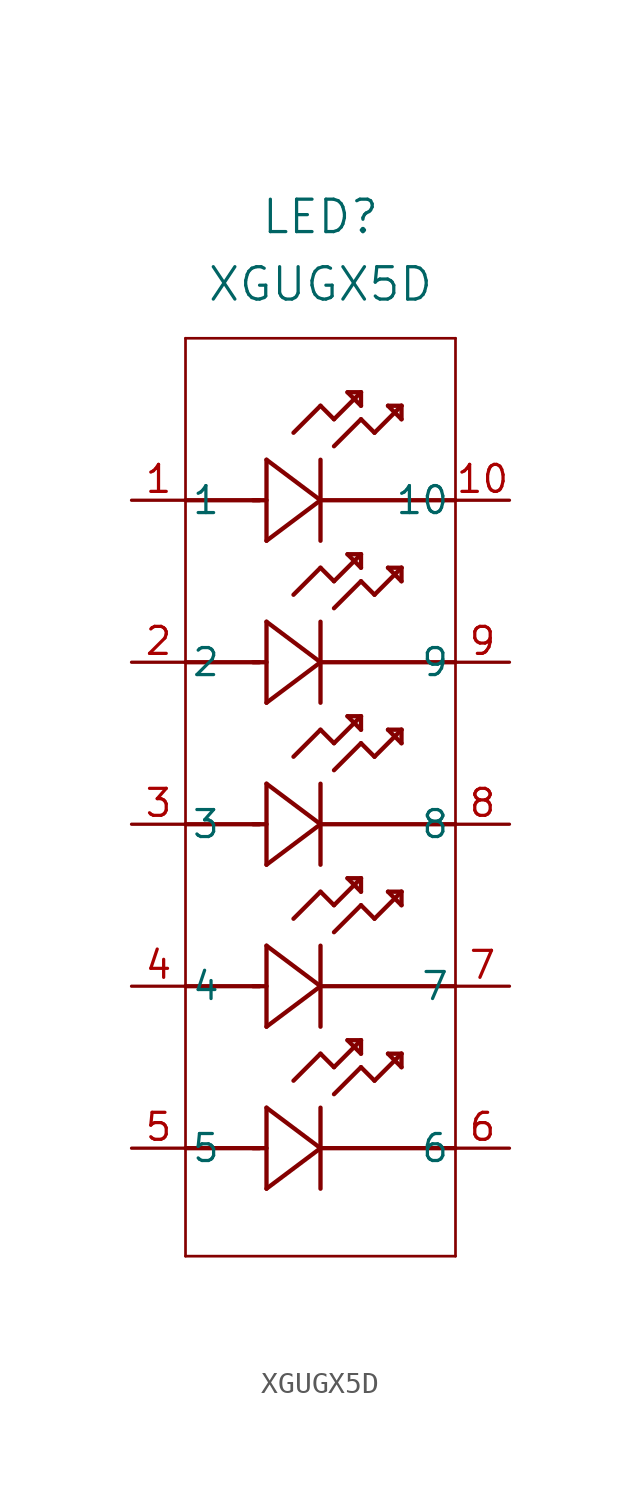
<source format=kicad_sym>
(kicad_symbol_lib
  (version 20211014)
  (generator kicad_symbol_editor)
  (symbol "XGUGX5D"
    (pin_names
      (offset 0.254))
    (property "Reference" "LED"
      (at 8.89 13.335 0)
      (effects (font (size 1.524 1.524))))
    (property "Value" "XGUGX5D"
      (at 8.89 10.16 0)
      (effects (font (size 1.524 1.524))))
    (symbol "XGUGX5D_0_1"
      (polyline (pts (xy 2.54 0) (xy 6.02 0)) (stroke (width 0.203) (type default) (color 0 0 0 0)) (fill (type none)))
      (polyline (pts (xy 6.35 1.905) (xy 6.35 -1.905)) (stroke (width 0.203) (type default) (color 0 0 0 0)) (fill (type none)))
      (polyline (pts (xy 5.715 0) (xy 6.35 0)) (stroke (width 0.203) (type default) (color 0 0 0 0)) (fill (type none)))
      (polyline (pts (xy 8.89 -1.905) (xy 8.89 1.905)) (stroke (width 0.203) (type default) (color 0 0 0 0)) (fill (type none)))
      (polyline (pts (xy 8.89 0) (xy 15.24 0)) (stroke (width 0.203) (type default) (color 0 0 0 0)) (fill (type none)))
      (polyline (pts (xy 8.89 4.445) (xy 9.525 3.81)) (stroke (width 0.203) (type default) (color 0 0 0 0)) (fill (type none)))
      (polyline (pts (xy 9.525 3.81) (xy 10.795 5.08)) (stroke (width 0.203) (type default) (color 0 0 0 0)) (fill (type none)))
      (polyline (pts (xy 10.795 3.81) (xy 11.43 3.175)) (stroke (width 0.203) (type default) (color 0 0 0 0)) (fill (type none)))
      (polyline (pts (xy 11.43 3.175) (xy 12.7 4.445)) (stroke (width 0.203) (type default) (color 0 0 0 0)) (fill (type none)))
      (polyline (pts (xy 10.795 5.08) (xy 10.16 5.08)) (stroke (width 0.203) (type default) (color 0 0 0 0)) (fill (type none)))
      (polyline (pts (xy 10.16 5.08) (xy 10.795 4.445)) (stroke (width 0.203) (type default) (color 0 0 0 0)) (fill (type none)))
      (polyline (pts (xy 10.795 4.445) (xy 10.795 5.08)) (stroke (width 0.203) (type default) (color 0 0 0 0)) (fill (type none)))
      (polyline (pts (xy 12.7 4.445) (xy 12.065 4.445)) (stroke (width 0.203) (type default) (color 0 0 0 0)) (fill (type none)))
      (polyline (pts (xy 12.065 4.445) (xy 12.7 3.81)) (stroke (width 0.203) (type default) (color 0 0 0 0)) (fill (type none)))
      (polyline (pts (xy 12.7 3.81) (xy 12.7 4.445)) (stroke (width 0.203) (type default) (color 0 0 0 0)) (fill (type none)))
      (polyline (pts (xy 9.525 2.54) (xy 10.795 3.81)) (stroke (width 0.203) (type default) (color 0 0 0 0)) (fill (type none)))
      (polyline (pts (xy 8.89 0) (xy 6.35 1.905)) (stroke (width 0.203) (type default) (color 0 0 0 0)) (fill (type none)))
      (polyline (pts (xy 6.35 -1.905) (xy 8.89 0)) (stroke (width 0.203) (type default) (color 0 0 0 0)) (fill (type none)))
      (polyline (pts (xy 7.62 3.175) (xy 8.89 4.445)) (stroke (width 0.203) (type default) (color 0 0 0 0)) (fill (type none)))
      (polyline (pts (xy 2.54 -15.24) (xy 6.02 -15.24)) (stroke (width 0.203) (type default) (color 0 0 0 0)) (fill (type none)))
      (polyline (pts (xy 6.35 -5.715) (xy 6.35 -9.525)) (stroke (width 0.203) (type default) (color 0 0 0 0)) (fill (type none)))
      (polyline (pts (xy 5.715 -7.62) (xy 6.35 -7.62)) (stroke (width 0.203) (type default) (color 0 0 0 0)) (fill (type none)))
      (polyline (pts (xy 8.89 -9.525) (xy 8.89 -5.715)) (stroke (width 0.203) (type default) (color 0 0 0 0)) (fill (type none)))
      (polyline (pts (xy 8.89 -7.62) (xy 15.24 -7.62)) (stroke (width 0.203) (type default) (color 0 0 0 0)) (fill (type none)))
      (polyline (pts (xy 8.89 -3.175) (xy 9.525 -3.81)) (stroke (width 0.203) (type default) (color 0 0 0 0)) (fill (type none)))
      (polyline (pts (xy 9.525 -3.81) (xy 10.795 -2.54)) (stroke (width 0.203) (type default) (color 0 0 0 0)) (fill (type none)))
      (polyline (pts (xy 10.795 -3.81) (xy 11.43 -4.445)) (stroke (width 0.203) (type default) (color 0 0 0 0)) (fill (type none)))
      (polyline (pts (xy 11.43 -4.445) (xy 12.7 -3.175)) (stroke (width 0.203) (type default) (color 0 0 0 0)) (fill (type none)))
      (polyline (pts (xy 10.795 -2.54) (xy 10.16 -2.54)) (stroke (width 0.203) (type default) (color 0 0 0 0)) (fill (type none)))
      (polyline (pts (xy 10.16 -2.54) (xy 10.795 -3.175)) (stroke (width 0.203) (type default) (color 0 0 0 0)) (fill (type none)))
      (polyline (pts (xy 10.795 -3.175) (xy 10.795 -2.54)) (stroke (width 0.203) (type default) (color 0 0 0 0)) (fill (type none)))
      (polyline (pts (xy 12.7 -3.175) (xy 12.065 -3.175)) (stroke (width 0.203) (type default) (color 0 0 0 0)) (fill (type none)))
      (polyline (pts (xy 12.065 -3.175) (xy 12.7 -3.81)) (stroke (width 0.203) (type default) (color 0 0 0 0)) (fill (type none)))
      (polyline (pts (xy 12.7 -3.81) (xy 12.7 -3.175)) (stroke (width 0.203) (type default) (color 0 0 0 0)) (fill (type none)))
      (polyline (pts (xy 9.525 -5.08) (xy 10.795 -3.81)) (stroke (width 0.203) (type default) (color 0 0 0 0)) (fill (type none)))
      (polyline (pts (xy 8.89 -7.62) (xy 6.35 -5.715)) (stroke (width 0.203) (type default) (color 0 0 0 0)) (fill (type none)))
      (polyline (pts (xy 6.35 -9.525) (xy 8.89 -7.62)) (stroke (width 0.203) (type default) (color 0 0 0 0)) (fill (type none)))
      (polyline (pts (xy 7.62 -4.445) (xy 8.89 -3.175)) (stroke (width 0.203) (type default) (color 0 0 0 0)) (fill (type none)))
      (polyline (pts (xy 6.35 -13.335) (xy 6.35 -17.145)) (stroke (width 0.203) (type default) (color 0 0 0 0)) (fill (type none)))
      (polyline (pts (xy 5.715 -15.24) (xy 6.35 -15.24)) (stroke (width 0.203) (type default) (color 0 0 0 0)) (fill (type none)))
      (polyline (pts (xy 8.89 -17.145) (xy 8.89 -13.335)) (stroke (width 0.203) (type default) (color 0 0 0 0)) (fill (type none)))
      (polyline (pts (xy 8.89 -15.24) (xy 15.24 -15.24)) (stroke (width 0.203) (type default) (color 0 0 0 0)) (fill (type none)))
      (polyline (pts (xy 8.89 -10.795) (xy 9.525 -11.43)) (stroke (width 0.203) (type default) (color 0 0 0 0)) (fill (type none)))
      (polyline (pts (xy 9.525 -11.43) (xy 10.795 -10.16)) (stroke (width 0.203) (type default) (color 0 0 0 0)) (fill (type none)))
      (polyline (pts (xy 10.795 -11.43) (xy 11.43 -12.065)) (stroke (width 0.203) (type default) (color 0 0 0 0)) (fill (type none)))
      (polyline (pts (xy 11.43 -12.065) (xy 12.7 -10.795)) (stroke (width 0.203) (type default) (color 0 0 0 0)) (fill (type none)))
      (polyline (pts (xy 10.795 -10.16) (xy 10.16 -10.16)) (stroke (width 0.203) (type default) (color 0 0 0 0)) (fill (type none)))
      (polyline (pts (xy 10.16 -10.16) (xy 10.795 -10.795)) (stroke (width 0.203) (type default) (color 0 0 0 0)) (fill (type none)))
      (polyline (pts (xy 10.795 -10.795) (xy 10.795 -10.16)) (stroke (width 0.203) (type default) (color 0 0 0 0)) (fill (type none)))
      (polyline (pts (xy 12.7 -10.795) (xy 12.065 -10.795)) (stroke (width 0.203) (type default) (color 0 0 0 0)) (fill (type none)))
      (polyline (pts (xy 12.065 -10.795) (xy 12.7 -11.43)) (stroke (width 0.203) (type default) (color 0 0 0 0)) (fill (type none)))
      (polyline (pts (xy 12.7 -11.43) (xy 12.7 -10.795)) (stroke (width 0.203) (type default) (color 0 0 0 0)) (fill (type none)))
      (polyline (pts (xy 9.525 -12.7) (xy 10.795 -11.43)) (stroke (width 0.203) (type default) (color 0 0 0 0)) (fill (type none)))
      (polyline (pts (xy 8.89 -15.24) (xy 6.35 -13.335)) (stroke (width 0.203) (type default) (color 0 0 0 0)) (fill (type none)))
      (polyline (pts (xy 6.35 -17.145) (xy 8.89 -15.24)) (stroke (width 0.203) (type default) (color 0 0 0 0)) (fill (type none)))
      (polyline (pts (xy 7.62 -12.065) (xy 8.89 -10.795)) (stroke (width 0.203) (type default) (color 0 0 0 0)) (fill (type none)))
      (polyline (pts (xy 2.54 7.62) (xy 2.54 -35.56)) (stroke (width 0.127) (type default) (color 0 0 0 0)) (fill (type none)))
      (polyline (pts (xy 15.24 -35.56) (xy 15.24 7.62)) (stroke (width 0.127) (type default) (color 0 0 0 0)) (fill (type none)))
      (polyline (pts (xy 15.24 7.62) (xy 2.54 7.62)) (stroke (width 0.127) (type default) (color 0 0 0 0)) (fill (type none)))
      (polyline (pts (xy 2.54 -7.62) (xy 6.02 -7.62)) (stroke (width 0.203) (type default) (color 0 0 0 0)) (fill (type none)))
      (polyline (pts (xy 15.24 -35.56) (xy 2.54 -35.56)) (stroke (width 0.127) (type default) (color 0 0 0 0)) (fill (type none)))
      (polyline (pts (xy 2.54 -22.86) (xy 6.02 -22.86)) (stroke (width 0.203) (type default) (color 0 0 0 0)) (fill (type none)))
      (polyline (pts (xy 6.35 -20.955) (xy 6.35 -24.765)) (stroke (width 0.203) (type default) (color 0 0 0 0)) (fill (type none)))
      (polyline (pts (xy 5.715 -22.86) (xy 6.35 -22.86)) (stroke (width 0.203) (type default) (color 0 0 0 0)) (fill (type none)))
      (polyline (pts (xy 8.89 -24.765) (xy 8.89 -20.955)) (stroke (width 0.203) (type default) (color 0 0 0 0)) (fill (type none)))
      (polyline (pts (xy 8.89 -22.86) (xy 15.24 -22.86)) (stroke (width 0.203) (type default) (color 0 0 0 0)) (fill (type none)))
      (polyline (pts (xy 8.89 -18.415) (xy 9.525 -19.05)) (stroke (width 0.203) (type default) (color 0 0 0 0)) (fill (type none)))
      (polyline (pts (xy 9.525 -19.05) (xy 10.795 -17.78)) (stroke (width 0.203) (type default) (color 0 0 0 0)) (fill (type none)))
      (polyline (pts (xy 10.795 -19.05) (xy 11.43 -19.685)) (stroke (width 0.203) (type default) (color 0 0 0 0)) (fill (type none)))
      (polyline (pts (xy 11.43 -19.685) (xy 12.7 -18.415)) (stroke (width 0.203) (type default) (color 0 0 0 0)) (fill (type none)))
      (polyline (pts (xy 10.795 -17.78) (xy 10.16 -17.78)) (stroke (width 0.203) (type default) (color 0 0 0 0)) (fill (type none)))
      (polyline (pts (xy 10.16 -17.78) (xy 10.795 -18.415)) (stroke (width 0.203) (type default) (color 0 0 0 0)) (fill (type none)))
      (polyline (pts (xy 10.795 -18.415) (xy 10.795 -17.78)) (stroke (width 0.203) (type default) (color 0 0 0 0)) (fill (type none)))
      (polyline (pts (xy 12.7 -18.415) (xy 12.065 -18.415)) (stroke (width 0.203) (type default) (color 0 0 0 0)) (fill (type none)))
      (polyline (pts (xy 12.065 -18.415) (xy 12.7 -19.05)) (stroke (width 0.203) (type default) (color 0 0 0 0)) (fill (type none)))
      (polyline (pts (xy 12.7 -19.05) (xy 12.7 -18.415)) (stroke (width 0.203) (type default) (color 0 0 0 0)) (fill (type none)))
      (polyline (pts (xy 9.525 -20.32) (xy 10.795 -19.05)) (stroke (width 0.203) (type default) (color 0 0 0 0)) (fill (type none)))
      (polyline (pts (xy 8.89 -22.86) (xy 6.35 -20.955)) (stroke (width 0.203) (type default) (color 0 0 0 0)) (fill (type none)))
      (polyline (pts (xy 6.35 -24.765) (xy 8.89 -22.86)) (stroke (width 0.203) (type default) (color 0 0 0 0)) (fill (type none)))
      (polyline (pts (xy 7.62 -19.685) (xy 8.89 -18.415)) (stroke (width 0.203) (type default) (color 0 0 0 0)) (fill (type none)))
      (polyline (pts (xy 6.35 -28.575) (xy 6.35 -32.385)) (stroke (width 0.203) (type default) (color 0 0 0 0)) (fill (type none)))
      (polyline (pts (xy 5.715 -30.48) (xy 6.35 -30.48)) (stroke (width 0.203) (type default) (color 0 0 0 0)) (fill (type none)))
      (polyline (pts (xy 8.89 -32.385) (xy 8.89 -28.575)) (stroke (width 0.203) (type default) (color 0 0 0 0)) (fill (type none)))
      (polyline (pts (xy 8.89 -30.48) (xy 15.24 -30.48)) (stroke (width 0.203) (type default) (color 0 0 0 0)) (fill (type none)))
      (polyline (pts (xy 8.89 -26.035) (xy 9.525 -26.67)) (stroke (width 0.203) (type default) (color 0 0 0 0)) (fill (type none)))
      (polyline (pts (xy 9.525 -26.67) (xy 10.795 -25.4)) (stroke (width 0.203) (type default) (color 0 0 0 0)) (fill (type none)))
      (polyline (pts (xy 10.795 -26.67) (xy 11.43 -27.305)) (stroke (width 0.203) (type default) (color 0 0 0 0)) (fill (type none)))
      (polyline (pts (xy 11.43 -27.305) (xy 12.7 -26.035)) (stroke (width 0.203) (type default) (color 0 0 0 0)) (fill (type none)))
      (polyline (pts (xy 10.795 -25.4) (xy 10.16 -25.4)) (stroke (width 0.203) (type default) (color 0 0 0 0)) (fill (type none)))
      (polyline (pts (xy 10.16 -25.4) (xy 10.795 -26.035)) (stroke (width 0.203) (type default) (color 0 0 0 0)) (fill (type none)))
      (polyline (pts (xy 10.795 -26.035) (xy 10.795 -25.4)) (stroke (width 0.203) (type default) (color 0 0 0 0)) (fill (type none)))
      (polyline (pts (xy 12.7 -26.035) (xy 12.065 -26.035)) (stroke (width 0.203) (type default) (color 0 0 0 0)) (fill (type none)))
      (polyline (pts (xy 12.065 -26.035) (xy 12.7 -26.67)) (stroke (width 0.203) (type default) (color 0 0 0 0)) (fill (type none)))
      (polyline (pts (xy 12.7 -26.67) (xy 12.7 -26.035)) (stroke (width 0.203) (type default) (color 0 0 0 0)) (fill (type none)))
      (polyline (pts (xy 9.525 -27.94) (xy 10.795 -26.67)) (stroke (width 0.203) (type default) (color 0 0 0 0)) (fill (type none)))
      (polyline (pts (xy 8.89 -30.48) (xy 6.35 -28.575)) (stroke (width 0.203) (type default) (color 0 0 0 0)) (fill (type none)))
      (polyline (pts (xy 6.35 -32.385) (xy 8.89 -30.48)) (stroke (width 0.203) (type default) (color 0 0 0 0)) (fill (type none)))
      (polyline (pts (xy 7.62 -27.305) (xy 8.89 -26.035)) (stroke (width 0.203) (type default) (color 0 0 0 0)) (fill (type none)))
      (polyline (pts (xy 2.54 -30.48) (xy 6.02 -30.48)) (stroke (width 0.203) (type default) (color 0 0 0 0)) (fill (type none)))
      (pin unspecified line (at 0 0 0) (length 2.54) (name "1" (effects (font (size 1.27 1.27)))) (number "1" (effects (font (size 1.27 1.27)))))
      (pin unspecified line (at 0 -7.62 0) (length 2.54) (name "2" (effects (font (size 1.27 1.27)))) (number "2" (effects (font (size 1.27 1.27)))))
      (pin unspecified line (at 0 -15.24 0) (length 2.54) (name "3" (effects (font (size 1.27 1.27)))) (number "3" (effects (font (size 1.27 1.27)))))
      (pin unspecified line (at 0 -22.86 0) (length 2.54) (name "4" (effects (font (size 1.27 1.27)))) (number "4" (effects (font (size 1.27 1.27)))))
      (pin unspecified line (at 0 -30.48 0) (length 2.54) (name "5" (effects (font (size 1.27 1.27)))) (number "5" (effects (font (size 1.27 1.27)))))
      (pin unspecified line (at 17.78 -30.48 180) (length 2.54) (name "6" (effects (font (size 1.27 1.27)))) (number "6" (effects (font (size 1.27 1.27)))))
      (pin unspecified line (at 17.78 -22.86 180) (length 2.54) (name "7" (effects (font (size 1.27 1.27)))) (number "7" (effects (font (size 1.27 1.27)))))
      (pin unspecified line (at 17.78 -15.24 180) (length 2.54) (name "8" (effects (font (size 1.27 1.27)))) (number "8" (effects (font (size 1.27 1.27)))))
      (pin unspecified line (at 17.78 -7.62 180) (length 2.54) (name "9" (effects (font (size 1.27 1.27)))) (number "9" (effects (font (size 1.27 1.27)))))
      (pin unspecified line (at 17.78 0 180) (length 2.54) (name "10" (effects (font (size 1.27 1.27)))) (number "10" (effects (font (size 1.27 1.27))))))))
</source>
